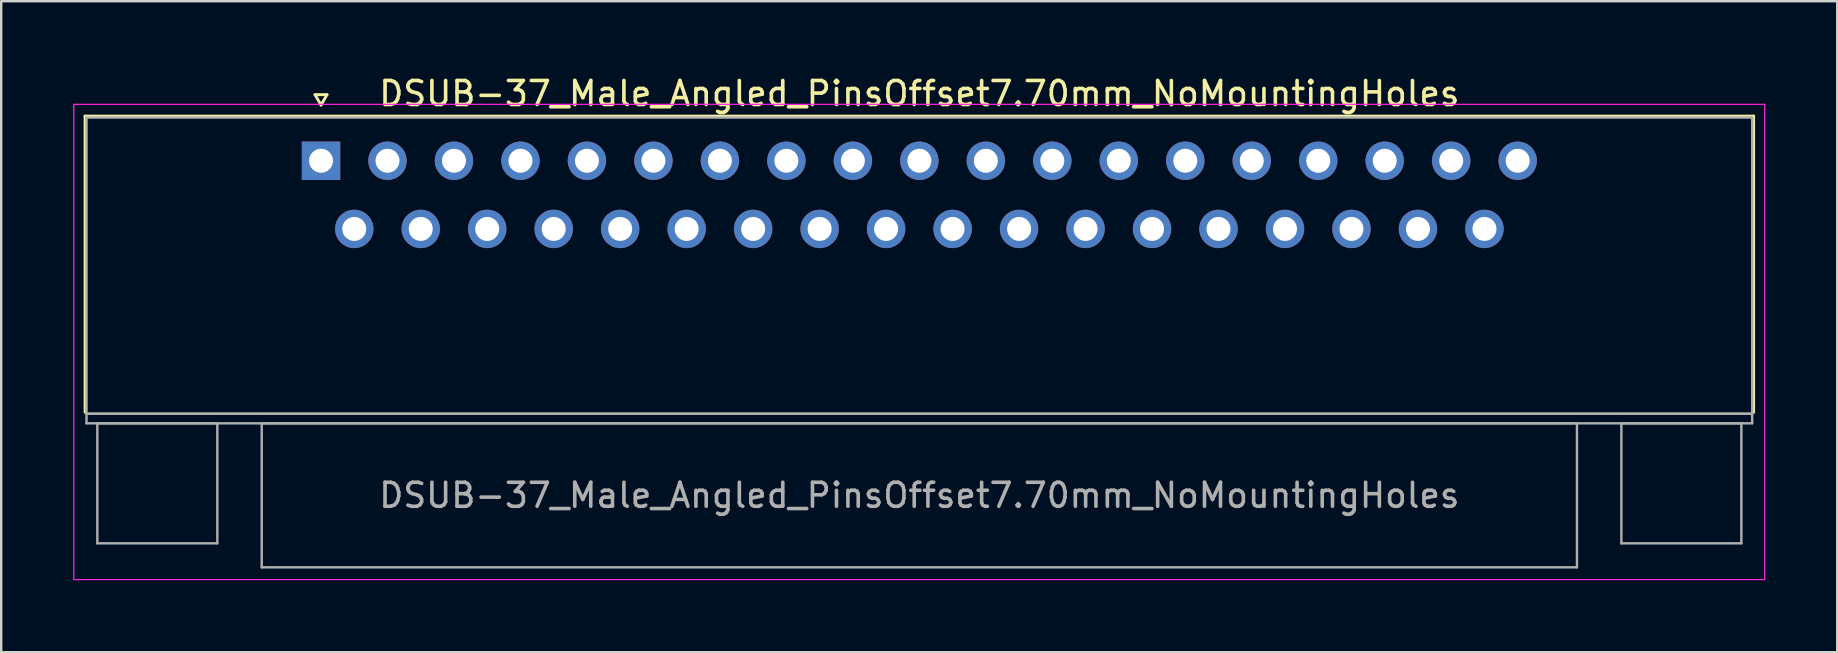
<source format=kicad_pcb>
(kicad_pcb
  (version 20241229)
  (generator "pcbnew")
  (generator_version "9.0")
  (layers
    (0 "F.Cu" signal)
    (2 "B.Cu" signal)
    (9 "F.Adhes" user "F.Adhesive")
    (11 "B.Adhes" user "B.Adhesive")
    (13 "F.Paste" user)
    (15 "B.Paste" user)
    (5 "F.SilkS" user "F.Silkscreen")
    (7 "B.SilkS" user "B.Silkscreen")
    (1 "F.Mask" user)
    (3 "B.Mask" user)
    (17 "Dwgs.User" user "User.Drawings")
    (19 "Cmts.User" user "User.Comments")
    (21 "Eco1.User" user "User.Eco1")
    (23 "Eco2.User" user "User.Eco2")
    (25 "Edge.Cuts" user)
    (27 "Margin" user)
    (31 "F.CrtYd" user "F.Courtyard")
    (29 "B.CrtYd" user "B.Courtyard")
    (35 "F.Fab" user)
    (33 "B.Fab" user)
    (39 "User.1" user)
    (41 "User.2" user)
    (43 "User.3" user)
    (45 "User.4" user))
  (footprint "DSUB-37_Male_Angled_PinsOffset7.70mm_NoMountingHoles"
    (layer "F.Cu")
    (at 10.325 3.648)
    (property "Reference" "DSUB-37_Male_Angled_PinsOffset7.70mm_NoMountingHoles" (at 24.93 -2.8 0) (layer "F.SilkS") (effects (font (size 1 1) (thickness 0.15))))
    (attr through_hole)
    (fp_line (start -9.83 -1.86) (end 59.69 -1.86) (stroke (width 0.12) (type solid)) (layer "F.SilkS"))
    (fp_line (start -9.83 10.48) (end -9.83 -1.86) (stroke (width 0.12) (type solid)) (layer "F.SilkS"))
    (fp_line (start -0.25 -2.754) (end 0.25 -2.754) (stroke (width 0.12) (type solid)) (layer "F.SilkS"))
    (fp_line (start 0 -2.321) (end -0.25 -2.754) (stroke (width 0.12) (type solid)) (layer "F.SilkS"))
    (fp_line (start 0.25 -2.754) (end 0 -2.321) (stroke (width 0.12) (type solid)) (layer "F.SilkS"))
    (fp_line (start 59.69 -1.86) (end 59.69 10.48) (stroke (width 0.12) (type solid)) (layer "F.SilkS"))
    (fp_line (start -10.3 -2.35) (end -10.3 17.45) (stroke (width 0.05) (type solid)) (layer "F.CrtYd"))
    (fp_line (start -10.3 17.45) (end 60.15 17.45) (stroke (width 0.05) (type solid)) (layer "F.CrtYd"))
    (fp_line (start 60.15 -2.35) (end -10.3 -2.35) (stroke (width 0.05) (type solid)) (layer "F.CrtYd"))
    (fp_line (start 60.15 17.45) (end 60.15 -2.35) (stroke (width 0.05) (type solid)) (layer "F.CrtYd"))
    (fp_line (start -9.77 -1.8) (end -9.77 10.54) (stroke (width 0.1) (type solid)) (layer "F.Fab"))
    (fp_line (start -9.77 10.54) (end -9.77 10.94) (stroke (width 0.1) (type solid)) (layer "F.Fab"))
    (fp_line (start -9.77 10.54) (end 59.63 10.54) (stroke (width 0.1) (type solid)) (layer "F.Fab"))
    (fp_line (start -9.77 10.94) (end 59.63 10.94) (stroke (width 0.1) (type solid)) (layer "F.Fab"))
    (fp_line (start -9.32 10.94) (end -9.32 15.94) (stroke (width 0.1) (type solid)) (layer "F.Fab"))
    (fp_line (start -9.32 15.94) (end -4.32 15.94) (stroke (width 0.1) (type solid)) (layer "F.Fab"))
    (fp_line (start -4.32 10.94) (end -9.32 10.94) (stroke (width 0.1) (type solid)) (layer "F.Fab"))
    (fp_line (start -4.32 15.94) (end -4.32 10.94) (stroke (width 0.1) (type solid)) (layer "F.Fab"))
    (fp_line (start -2.47 10.94) (end -2.47 16.94) (stroke (width 0.1) (type solid)) (layer "F.Fab"))
    (fp_line (start -2.47 16.94) (end 52.33 16.94) (stroke (width 0.1) (type solid)) (layer "F.Fab"))
    (fp_line (start 52.33 10.94) (end -2.47 10.94) (stroke (width 0.1) (type solid)) (layer "F.Fab"))
    (fp_line (start 52.33 16.94) (end 52.33 10.94) (stroke (width 0.1) (type solid)) (layer "F.Fab"))
    (fp_line (start 54.18 10.94) (end 54.18 15.94) (stroke (width 0.1) (type solid)) (layer "F.Fab"))
    (fp_line (start 54.18 15.94) (end 59.18 15.94) (stroke (width 0.1) (type solid)) (layer "F.Fab"))
    (fp_line (start 59.18 10.94) (end 54.18 10.94) (stroke (width 0.1) (type solid)) (layer "F.Fab"))
    (fp_line (start 59.18 15.94) (end 59.18 10.94) (stroke (width 0.1) (type solid)) (layer "F.Fab"))
    (fp_line (start 59.63 -1.8) (end -9.77 -1.8) (stroke (width 0.1) (type solid)) (layer "F.Fab"))
    (fp_line (start 59.63 10.54) (end -9.77 10.54) (stroke (width 0.1) (type solid)) (layer "F.Fab"))
    (fp_line (start 59.63 10.54) (end 59.63 -1.8) (stroke (width 0.1) (type solid)) (layer "F.Fab"))
    (fp_line (start 59.63 10.94) (end 59.63 10.54) (stroke (width 0.1) (type solid)) (layer "F.Fab"))
    (fp_text user "${REFERENCE}" (at 24.93 13.94 0) (layer "F.Fab") (effects (font (size 1 1) (thickness 0.15))))
    (pad "1" thru_hole rect (at 0 0) (size 1.6 1.6) (drill 1) (layers "*.Cu" "*.Mask"))
    (pad "2" thru_hole circle (at 2.77 0) (size 1.6 1.6) (drill 1) (layers "*.Cu" "*.Mask"))
    (pad "3" thru_hole circle (at 5.54 0) (size 1.6 1.6) (drill 1) (layers "*.Cu" "*.Mask"))
    (pad "4" thru_hole circle (at 8.31 0) (size 1.6 1.6) (drill 1) (layers "*.Cu" "*.Mask"))
    (pad "5" thru_hole circle (at 11.08 0) (size 1.6 1.6) (drill 1) (layers "*.Cu" "*.Mask"))
    (pad "6" thru_hole circle (at 13.85 0) (size 1.6 1.6) (drill 1) (layers "*.Cu" "*.Mask"))
    (pad "7" thru_hole circle (at 16.62 0) (size 1.6 1.6) (drill 1) (layers "*.Cu" "*.Mask"))
    (pad "8" thru_hole circle (at 19.39 0) (size 1.6 1.6) (drill 1) (layers "*.Cu" "*.Mask"))
    (pad "9" thru_hole circle (at 22.16 0) (size 1.6 1.6) (drill 1) (layers "*.Cu" "*.Mask"))
    (pad "10" thru_hole circle (at 24.93 0) (size 1.6 1.6) (drill 1) (layers "*.Cu" "*.Mask"))
    (pad "11" thru_hole circle (at 27.7 0) (size 1.6 1.6) (drill 1) (layers "*.Cu" "*.Mask"))
    (pad "12" thru_hole circle (at 30.47 0) (size 1.6 1.6) (drill 1) (layers "*.Cu" "*.Mask"))
    (pad "13" thru_hole circle (at 33.24 0) (size 1.6 1.6) (drill 1) (layers "*.Cu" "*.Mask"))
    (pad "14" thru_hole circle (at 36.01 0) (size 1.6 1.6) (drill 1) (layers "*.Cu" "*.Mask"))
    (pad "15" thru_hole circle (at 38.78 0) (size 1.6 1.6) (drill 1) (layers "*.Cu" "*.Mask"))
    (pad "16" thru_hole circle (at 41.55 0) (size 1.6 1.6) (drill 1) (layers "*.Cu" "*.Mask"))
    (pad "17" thru_hole circle (at 44.32 0) (size 1.6 1.6) (drill 1) (layers "*.Cu" "*.Mask"))
    (pad "18" thru_hole circle (at 47.09 0) (size 1.6 1.6) (drill 1) (layers "*.Cu" "*.Mask"))
    (pad "19" thru_hole circle (at 49.86 0) (size 1.6 1.6) (drill 1) (layers "*.Cu" "*.Mask"))
    (pad "20" thru_hole circle (at 1.385 2.84) (size 1.6 1.6) (drill 1) (layers "*.Cu" "*.Mask"))
    (pad "21" thru_hole circle (at 4.155 2.84) (size 1.6 1.6) (drill 1) (layers "*.Cu" "*.Mask"))
    (pad "22" thru_hole circle (at 6.925 2.84) (size 1.6 1.6) (drill 1) (layers "*.Cu" "*.Mask"))
    (pad "23" thru_hole circle (at 9.695 2.84) (size 1.6 1.6) (drill 1) (layers "*.Cu" "*.Mask"))
    (pad "24" thru_hole circle (at 12.465 2.84) (size 1.6 1.6) (drill 1) (layers "*.Cu" "*.Mask"))
    (pad "25" thru_hole circle (at 15.235 2.84) (size 1.6 1.6) (drill 1) (layers "*.Cu" "*.Mask"))
    (pad "26" thru_hole circle (at 18.005 2.84) (size 1.6 1.6) (drill 1) (layers "*.Cu" "*.Mask"))
    (pad "27" thru_hole circle (at 20.775 2.84) (size 1.6 1.6) (drill 1) (layers "*.Cu" "*.Mask"))
    (pad "28" thru_hole circle (at 23.545 2.84) (size 1.6 1.6) (drill 1) (layers "*.Cu" "*.Mask"))
    (pad "29" thru_hole circle (at 26.315 2.84) (size 1.6 1.6) (drill 1) (layers "*.Cu" "*.Mask"))
    (pad "30" thru_hole circle (at 29.085 2.84) (size 1.6 1.6) (drill 1) (layers "*.Cu" "*.Mask"))
    (pad "31" thru_hole circle (at 31.855 2.84) (size 1.6 1.6) (drill 1) (layers "*.Cu" "*.Mask"))
    (pad "32" thru_hole circle (at 34.625 2.84) (size 1.6 1.6) (drill 1) (layers "*.Cu" "*.Mask"))
    (pad "33" thru_hole circle (at 37.395 2.84) (size 1.6 1.6) (drill 1) (layers "*.Cu" "*.Mask"))
    (pad "34" thru_hole circle (at 40.165 2.84) (size 1.6 1.6) (drill 1) (layers "*.Cu" "*.Mask"))
    (pad "35" thru_hole circle (at 42.935 2.84) (size 1.6 1.6) (drill 1) (layers "*.Cu" "*.Mask"))
    (pad "36" thru_hole circle (at 45.705 2.84) (size 1.6 1.6) (drill 1) (layers "*.Cu" "*.Mask"))
    (pad "37" thru_hole circle (at 48.475 2.84) (size 1.6 1.6) (drill 1) (layers "*.Cu" "*.Mask")))
  (gr_rect
    (start -3 -3)
    (end 73.5 24.123)
    (stroke (width 0.1) (type default))
    (fill no)
    (layer "Edge.Cuts")))
</source>
